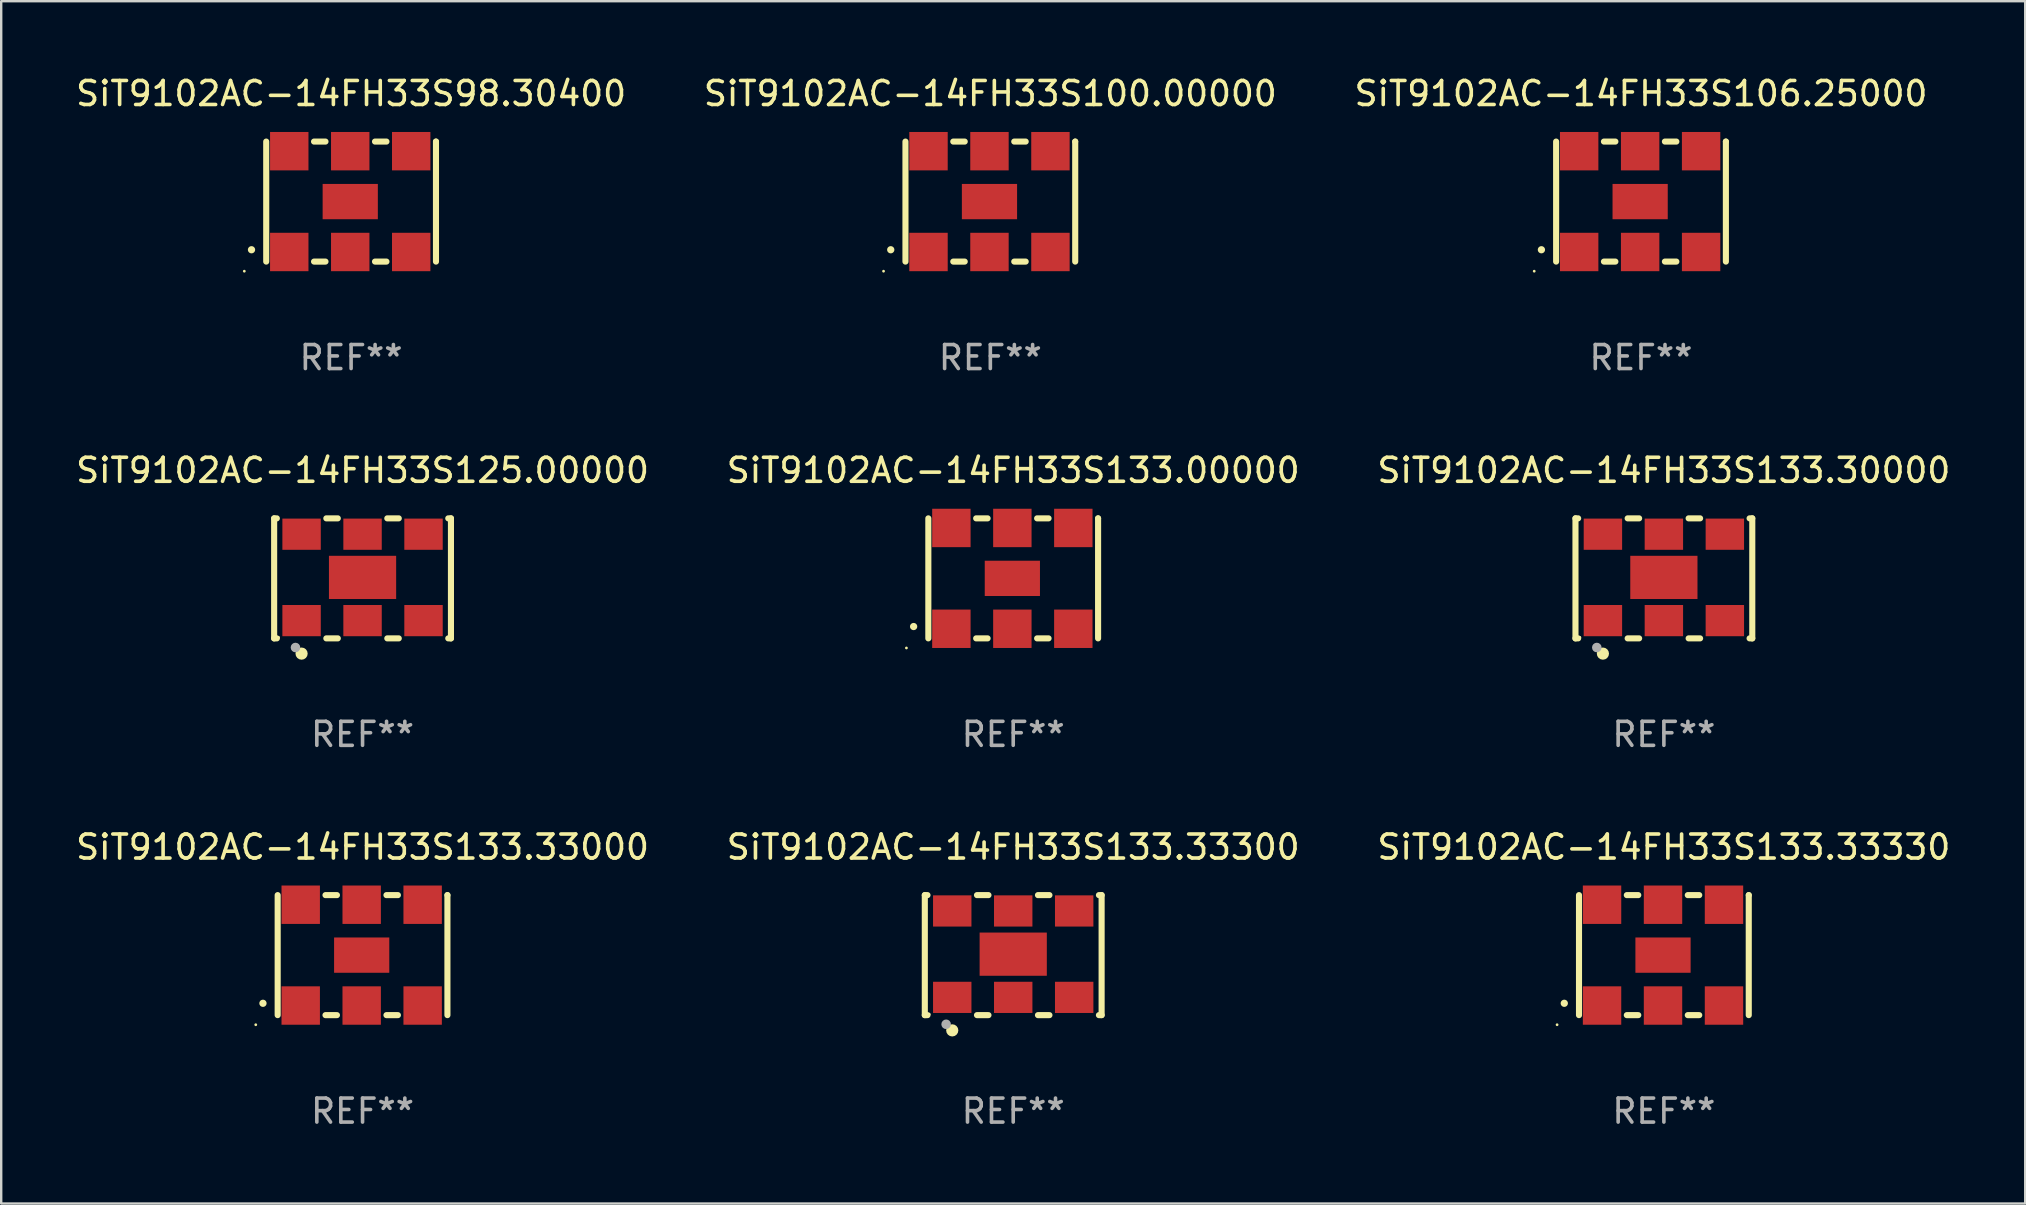
<source format=kicad_pcb>
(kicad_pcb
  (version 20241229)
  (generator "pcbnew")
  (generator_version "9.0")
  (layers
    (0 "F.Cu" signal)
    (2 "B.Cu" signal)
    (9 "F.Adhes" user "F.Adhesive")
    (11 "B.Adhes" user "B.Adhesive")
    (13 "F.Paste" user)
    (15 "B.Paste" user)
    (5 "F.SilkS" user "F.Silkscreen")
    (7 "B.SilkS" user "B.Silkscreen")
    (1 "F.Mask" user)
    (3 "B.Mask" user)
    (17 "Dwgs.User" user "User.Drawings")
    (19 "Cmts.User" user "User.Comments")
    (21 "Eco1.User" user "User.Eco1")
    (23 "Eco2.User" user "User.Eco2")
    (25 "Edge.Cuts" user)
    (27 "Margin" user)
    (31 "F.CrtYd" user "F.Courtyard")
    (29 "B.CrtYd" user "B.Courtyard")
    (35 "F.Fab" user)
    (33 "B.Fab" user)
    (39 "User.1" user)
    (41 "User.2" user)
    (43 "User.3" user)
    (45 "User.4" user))
  (footprint "SiT9102AC-14FH33S133.33300"
    (layer "F.Cu")
    (at 39.161 36.741)
    (property "Reference" "SiT9102AC-14FH33S133.33300" (at 0 -4.5 0) (layer "F.SilkS") (effects (font (size 1 1) (thickness 0.15))))
    (attr through_hole)
    (fp_line (start -3.683 -2.5) (end -3.571 -2.5) (stroke (width 0.254) (type solid)) (layer "F.SilkS"))
    (fp_line (start -3.683 2.5) (end -3.683 -2.5) (stroke (width 0.254) (type solid)) (layer "F.SilkS"))
    (fp_line (start -3.683 2.5) (end -3.571 2.5) (stroke (width 0.254) (type solid)) (layer "F.SilkS"))
    (fp_line (start -1.509 -2.5) (end -1.031 -2.5) (stroke (width 0.254) (type solid)) (layer "F.SilkS"))
    (fp_line (start -1.509 2.5) (end -1.031 2.5) (stroke (width 0.254) (type solid)) (layer "F.SilkS"))
    (fp_line (start 1.031 -2.5) (end 1.509 -2.5) (stroke (width 0.254) (type solid)) (layer "F.SilkS"))
    (fp_line (start 1.031 2.5) (end 1.509 2.5) (stroke (width 0.254) (type solid)) (layer "F.SilkS"))
    (fp_line (start 3.571 -2.5) (end 3.683 -2.5) (stroke (width 0.254) (type solid)) (layer "F.SilkS"))
    (fp_line (start 3.571 2.5) (end 3.683 2.5) (stroke (width 0.254) (type solid)) (layer "F.SilkS"))
    (fp_line (start 3.683 2.5) (end 3.683 -2.5) (stroke (width 0.254) (type solid)) (layer "F.SilkS"))
    (fp_circle (center -3.5 2.46) (end -3.47 2.46) (stroke (width 0.06) (type solid)) (fill no) (layer "F.SilkS"))
    (fp_circle (center -2.54 3.135) (end -2.413 3.135) (stroke (width 0.254) (type solid)) (fill no) (layer "F.SilkS"))
    (fp_circle (center -2.794 2.881) (end -2.694 2.881) (stroke (width 0.2) (type solid)) (fill no) (layer "F.Fab"))
    (fp_text user "REF**" (at 0 6.5 0) (layer "F.Fab") (effects (font (size 1 1) (thickness 0.15))))
    (pad "1" smd rect (at -2.54 1.76) (size 1.6 1.3) (layers "F.Cu" "F.Mask" "F.Paste"))
    (pad "2" smd rect (at 0 1.76) (size 1.6 1.3) (layers "F.Cu" "F.Mask" "F.Paste"))
    (pad "3" smd rect (at 2.54 1.76) (size 1.6 1.3) (layers "F.Cu" "F.Mask" "F.Paste"))
    (pad "4" smd rect (at 2.54 -1.84) (size 1.6 1.3) (layers "F.Cu" "F.Mask" "F.Paste"))
    (pad "5" smd rect (at 0 -1.84) (size 1.6 1.3) (layers "F.Cu" "F.Mask" "F.Paste"))
    (pad "6" smd rect (at -2.54 -1.84) (size 1.6 1.3) (layers "F.Cu" "F.Mask" "F.Paste"))
    (pad "7" smd rect (at 0 -0.04) (size 2.8 1.8) (layers "F.Cu" "F.Mask" "F.Paste")))
  (footprint "SiT9102AC-14FH33S100.00000"
    (layer "F.Cu")
    (at 38.208 5.348)
    (property "Reference" "SiT9102AC-14FH33S100.00000" (at 0 -4.5 0) (layer "F.SilkS") (effects (font (size 1 1) (thickness 0.15))))
    (attr through_hole)
    (fp_line (start -3.536 -2.5) (end -3.536 2.5) (stroke (width 0.254) (type solid)) (layer "F.SilkS"))
    (fp_line (start -1.544 2.5) (end -1.067 2.5) (stroke (width 0.254) (type solid)) (layer "F.SilkS"))
    (fp_line (start -1.067 -2.5) (end -1.544 -2.5) (stroke (width 0.254) (type solid)) (layer "F.SilkS"))
    (fp_line (start 0.996 2.5) (end 1.473 2.5) (stroke (width 0.254) (type solid)) (layer "F.SilkS"))
    (fp_line (start 1.473 -2.5) (end 0.996 -2.5) (stroke (width 0.254) (type solid)) (layer "F.SilkS"))
    (fp_line (start 3.536 -2.5) (end 3.536 -2.5) (stroke (width 0.254) (type solid)) (layer "F.SilkS"))
    (fp_line (start 3.536 2.5) (end 3.536 -2.5) (stroke (width 0.254) (type solid)) (layer "F.SilkS"))
    (fp_arc (start -4.150432 2.006604) (mid -4.149162 2.006599) (end -4.147892 2.006604) (stroke (width 0.3) (type solid)) (layer "F.SilkS"))
    (fp_circle (center -4.449 2.9) (end -4.419 2.9) (stroke (width 0.06) (type solid)) (fill no) (layer "F.SilkS"))
    (fp_text user "REF**" (at 0 6.5 0) (layer "F.Fab") (effects (font (size 1 1) (thickness 0.15))))
    (pad "1" smd rect (at -2.576 2.1) (size 1.6 1.6) (layers "F.Cu" "F.Mask" "F.Paste"))
    (pad "2" smd rect (at -0.036 2.1) (size 1.6 1.6) (layers "F.Cu" "F.Mask" "F.Paste"))
    (pad "3" smd rect (at 2.504 2.1) (size 1.6 1.6) (layers "F.Cu" "F.Mask" "F.Paste"))
    (pad "4" smd rect (at 2.504 -2.1) (size 1.6 1.6) (layers "F.Cu" "F.Mask" "F.Paste"))
    (pad "5" smd rect (at -0.036 -2.1) (size 1.6 1.6) (layers "F.Cu" "F.Mask" "F.Paste"))
    (pad "6" smd rect (at -2.576 -2.1) (size 1.6 1.6) (layers "F.Cu" "F.Mask" "F.Paste"))
    (pad "7" smd rect (at -0.036 0) (size 2.3 1.47) (layers "F.Cu" "F.Mask" "F.Paste")))
  (footprint "SiT9102AC-14FH33S98.30400"
    (layer "F.Cu")
    (at 11.577 5.348)
    (property "Reference" "SiT9102AC-14FH33S98.30400" (at 0 -4.5 0) (layer "F.SilkS") (effects (font (size 1 1) (thickness 0.15))))
    (attr through_hole)
    (fp_line (start -3.536 -2.5) (end -3.536 2.5) (stroke (width 0.254) (type solid)) (layer "F.SilkS"))
    (fp_line (start -1.544 2.5) (end -1.067 2.5) (stroke (width 0.254) (type solid)) (layer "F.SilkS"))
    (fp_line (start -1.067 -2.5) (end -1.544 -2.5) (stroke (width 0.254) (type solid)) (layer "F.SilkS"))
    (fp_line (start 0.996 2.5) (end 1.473 2.5) (stroke (width 0.254) (type solid)) (layer "F.SilkS"))
    (fp_line (start 1.473 -2.5) (end 0.996 -2.5) (stroke (width 0.254) (type solid)) (layer "F.SilkS"))
    (fp_line (start 3.536 -2.5) (end 3.536 -2.5) (stroke (width 0.254) (type solid)) (layer "F.SilkS"))
    (fp_line (start 3.536 2.5) (end 3.536 -2.5) (stroke (width 0.254) (type solid)) (layer "F.SilkS"))
    (fp_arc (start -4.150432 2.006604) (mid -4.149162 2.006599) (end -4.147892 2.006604) (stroke (width 0.3) (type solid)) (layer "F.SilkS"))
    (fp_circle (center -4.449 2.9) (end -4.419 2.9) (stroke (width 0.06) (type solid)) (fill no) (layer "F.SilkS"))
    (fp_text user "REF**" (at 0 6.5 0) (layer "F.Fab") (effects (font (size 1 1) (thickness 0.15))))
    (pad "1" smd rect (at -2.576 2.1) (size 1.6 1.6) (layers "F.Cu" "F.Mask" "F.Paste"))
    (pad "2" smd rect (at -0.036 2.1) (size 1.6 1.6) (layers "F.Cu" "F.Mask" "F.Paste"))
    (pad "3" smd rect (at 2.504 2.1) (size 1.6 1.6) (layers "F.Cu" "F.Mask" "F.Paste"))
    (pad "4" smd rect (at 2.504 -2.1) (size 1.6 1.6) (layers "F.Cu" "F.Mask" "F.Paste"))
    (pad "5" smd rect (at -0.036 -2.1) (size 1.6 1.6) (layers "F.Cu" "F.Mask" "F.Paste"))
    (pad "6" smd rect (at -2.576 -2.1) (size 1.6 1.6) (layers "F.Cu" "F.Mask" "F.Paste"))
    (pad "7" smd rect (at -0.036 0) (size 2.3 1.47) (layers "F.Cu" "F.Mask" "F.Paste")))
  (footprint "SiT9102AC-14FH33S106.25000"
    (layer "F.Cu")
    (at 65.315 5.348)
    (property "Reference" "SiT9102AC-14FH33S106.25000" (at 0 -4.5 0) (layer "F.SilkS") (effects (font (size 1 1) (thickness 0.15))))
    (attr through_hole)
    (fp_line (start -3.536 -2.5) (end -3.536 2.5) (stroke (width 0.254) (type solid)) (layer "F.SilkS"))
    (fp_line (start -1.544 2.5) (end -1.067 2.5) (stroke (width 0.254) (type solid)) (layer "F.SilkS"))
    (fp_line (start -1.067 -2.5) (end -1.544 -2.5) (stroke (width 0.254) (type solid)) (layer "F.SilkS"))
    (fp_line (start 0.996 2.5) (end 1.473 2.5) (stroke (width 0.254) (type solid)) (layer "F.SilkS"))
    (fp_line (start 1.473 -2.5) (end 0.996 -2.5) (stroke (width 0.254) (type solid)) (layer "F.SilkS"))
    (fp_line (start 3.536 -2.5) (end 3.536 -2.5) (stroke (width 0.254) (type solid)) (layer "F.SilkS"))
    (fp_line (start 3.536 2.5) (end 3.536 -2.5) (stroke (width 0.254) (type solid)) (layer "F.SilkS"))
    (fp_arc (start -4.150432 2.006604) (mid -4.149162 2.006599) (end -4.147892 2.006604) (stroke (width 0.3) (type solid)) (layer "F.SilkS"))
    (fp_circle (center -4.449 2.9) (end -4.419 2.9) (stroke (width 0.06) (type solid)) (fill no) (layer "F.SilkS"))
    (fp_text user "REF**" (at 0 6.5 0) (layer "F.Fab") (effects (font (size 1 1) (thickness 0.15))))
    (pad "1" smd rect (at -2.576 2.1) (size 1.6 1.6) (layers "F.Cu" "F.Mask" "F.Paste"))
    (pad "2" smd rect (at -0.036 2.1) (size 1.6 1.6) (layers "F.Cu" "F.Mask" "F.Paste"))
    (pad "3" smd rect (at 2.504 2.1) (size 1.6 1.6) (layers "F.Cu" "F.Mask" "F.Paste"))
    (pad "4" smd rect (at 2.504 -2.1) (size 1.6 1.6) (layers "F.Cu" "F.Mask" "F.Paste"))
    (pad "5" smd rect (at -0.036 -2.1) (size 1.6 1.6) (layers "F.Cu" "F.Mask" "F.Paste"))
    (pad "6" smd rect (at -2.576 -2.1) (size 1.6 1.6) (layers "F.Cu" "F.Mask" "F.Paste"))
    (pad "7" smd rect (at -0.036 0) (size 2.3 1.47) (layers "F.Cu" "F.Mask" "F.Paste")))
  (footprint "SiT9102AC-14FH33S125.00000"
    (layer "F.Cu")
    (at 12.054 21.045)
    (property "Reference" "SiT9102AC-14FH33S125.00000" (at 0 -4.5 0) (layer "F.SilkS") (effects (font (size 1 1) (thickness 0.15))))
    (attr through_hole)
    (fp_line (start -3.683 -2.5) (end -3.571 -2.5) (stroke (width 0.254) (type solid)) (layer "F.SilkS"))
    (fp_line (start -3.683 2.5) (end -3.683 -2.5) (stroke (width 0.254) (type solid)) (layer "F.SilkS"))
    (fp_line (start -3.683 2.5) (end -3.571 2.5) (stroke (width 0.254) (type solid)) (layer "F.SilkS"))
    (fp_line (start -1.509 -2.5) (end -1.031 -2.5) (stroke (width 0.254) (type solid)) (layer "F.SilkS"))
    (fp_line (start -1.509 2.5) (end -1.031 2.5) (stroke (width 0.254) (type solid)) (layer "F.SilkS"))
    (fp_line (start 1.031 -2.5) (end 1.509 -2.5) (stroke (width 0.254) (type solid)) (layer "F.SilkS"))
    (fp_line (start 1.031 2.5) (end 1.509 2.5) (stroke (width 0.254) (type solid)) (layer "F.SilkS"))
    (fp_line (start 3.571 -2.5) (end 3.683 -2.5) (stroke (width 0.254) (type solid)) (layer "F.SilkS"))
    (fp_line (start 3.571 2.5) (end 3.683 2.5) (stroke (width 0.254) (type solid)) (layer "F.SilkS"))
    (fp_line (start 3.683 2.5) (end 3.683 -2.5) (stroke (width 0.254) (type solid)) (layer "F.SilkS"))
    (fp_circle (center -3.5 2.46) (end -3.47 2.46) (stroke (width 0.06) (type solid)) (fill no) (layer "F.SilkS"))
    (fp_circle (center -2.54 3.135) (end -2.413 3.135) (stroke (width 0.254) (type solid)) (fill no) (layer "F.SilkS"))
    (fp_circle (center -2.794 2.881) (end -2.694 2.881) (stroke (width 0.2) (type solid)) (fill no) (layer "F.Fab"))
    (fp_text user "REF**" (at 0 6.5 0) (layer "F.Fab") (effects (font (size 1 1) (thickness 0.15))))
    (pad "1" smd rect (at -2.54 1.76) (size 1.6 1.3) (layers "F.Cu" "F.Mask" "F.Paste"))
    (pad "2" smd rect (at 0 1.76) (size 1.6 1.3) (layers "F.Cu" "F.Mask" "F.Paste"))
    (pad "3" smd rect (at 2.54 1.76) (size 1.6 1.3) (layers "F.Cu" "F.Mask" "F.Paste"))
    (pad "4" smd rect (at 2.54 -1.84) (size 1.6 1.3) (layers "F.Cu" "F.Mask" "F.Paste"))
    (pad "5" smd rect (at 0 -1.84) (size 1.6 1.3) (layers "F.Cu" "F.Mask" "F.Paste"))
    (pad "6" smd rect (at -2.54 -1.84) (size 1.6 1.3) (layers "F.Cu" "F.Mask" "F.Paste"))
    (pad "7" smd rect (at 0 -0.04) (size 2.8 1.8) (layers "F.Cu" "F.Mask" "F.Paste")))
  (footprint "SiT9102AC-14FH33S133.30000"
    (layer "F.Cu")
    (at 66.268 21.045)
    (property "Reference" "SiT9102AC-14FH33S133.30000" (at 0 -4.5 0) (layer "F.SilkS") (effects (font (size 1 1) (thickness 0.15))))
    (attr through_hole)
    (fp_line (start -3.683 -2.5) (end -3.571 -2.5) (stroke (width 0.254) (type solid)) (layer "F.SilkS"))
    (fp_line (start -3.683 2.5) (end -3.683 -2.5) (stroke (width 0.254) (type solid)) (layer "F.SilkS"))
    (fp_line (start -3.683 2.5) (end -3.571 2.5) (stroke (width 0.254) (type solid)) (layer "F.SilkS"))
    (fp_line (start -1.509 -2.5) (end -1.031 -2.5) (stroke (width 0.254) (type solid)) (layer "F.SilkS"))
    (fp_line (start -1.509 2.5) (end -1.031 2.5) (stroke (width 0.254) (type solid)) (layer "F.SilkS"))
    (fp_line (start 1.031 -2.5) (end 1.509 -2.5) (stroke (width 0.254) (type solid)) (layer "F.SilkS"))
    (fp_line (start 1.031 2.5) (end 1.509 2.5) (stroke (width 0.254) (type solid)) (layer "F.SilkS"))
    (fp_line (start 3.571 -2.5) (end 3.683 -2.5) (stroke (width 0.254) (type solid)) (layer "F.SilkS"))
    (fp_line (start 3.571 2.5) (end 3.683 2.5) (stroke (width 0.254) (type solid)) (layer "F.SilkS"))
    (fp_line (start 3.683 2.5) (end 3.683 -2.5) (stroke (width 0.254) (type solid)) (layer "F.SilkS"))
    (fp_circle (center -3.5 2.46) (end -3.47 2.46) (stroke (width 0.06) (type solid)) (fill no) (layer "F.SilkS"))
    (fp_circle (center -2.54 3.135) (end -2.413 3.135) (stroke (width 0.254) (type solid)) (fill no) (layer "F.SilkS"))
    (fp_circle (center -2.794 2.881) (end -2.694 2.881) (stroke (width 0.2) (type solid)) (fill no) (layer "F.Fab"))
    (fp_text user "REF**" (at 0 6.5 0) (layer "F.Fab") (effects (font (size 1 1) (thickness 0.15))))
    (pad "1" smd rect (at -2.54 1.76) (size 1.6 1.3) (layers "F.Cu" "F.Mask" "F.Paste"))
    (pad "2" smd rect (at 0 1.76) (size 1.6 1.3) (layers "F.Cu" "F.Mask" "F.Paste"))
    (pad "3" smd rect (at 2.54 1.76) (size 1.6 1.3) (layers "F.Cu" "F.Mask" "F.Paste"))
    (pad "4" smd rect (at 2.54 -1.84) (size 1.6 1.3) (layers "F.Cu" "F.Mask" "F.Paste"))
    (pad "5" smd rect (at 0 -1.84) (size 1.6 1.3) (layers "F.Cu" "F.Mask" "F.Paste"))
    (pad "6" smd rect (at -2.54 -1.84) (size 1.6 1.3) (layers "F.Cu" "F.Mask" "F.Paste"))
    (pad "7" smd rect (at 0 -0.04) (size 2.8 1.8) (layers "F.Cu" "F.Mask" "F.Paste")))
  (footprint "SiT9102AC-14FH33S133.33330"
    (layer "F.Cu")
    (at 66.268 36.741)
    (property "Reference" "SiT9102AC-14FH33S133.33330" (at 0 -4.5 0) (layer "F.SilkS") (effects (font (size 1 1) (thickness 0.15))))
    (attr through_hole)
    (fp_line (start -3.536 -2.5) (end -3.536 2.5) (stroke (width 0.254) (type solid)) (layer "F.SilkS"))
    (fp_line (start -1.544 2.5) (end -1.067 2.5) (stroke (width 0.254) (type solid)) (layer "F.SilkS"))
    (fp_line (start -1.067 -2.5) (end -1.544 -2.5) (stroke (width 0.254) (type solid)) (layer "F.SilkS"))
    (fp_line (start 0.996 2.5) (end 1.473 2.5) (stroke (width 0.254) (type solid)) (layer "F.SilkS"))
    (fp_line (start 1.473 -2.5) (end 0.996 -2.5) (stroke (width 0.254) (type solid)) (layer "F.SilkS"))
    (fp_line (start 3.536 -2.5) (end 3.536 -2.5) (stroke (width 0.254) (type solid)) (layer "F.SilkS"))
    (fp_line (start 3.536 2.5) (end 3.536 -2.5) (stroke (width 0.254) (type solid)) (layer "F.SilkS"))
    (fp_arc (start -4.150432 2.006604) (mid -4.149162 2.006599) (end -4.147892 2.006604) (stroke (width 0.3) (type solid)) (layer "F.SilkS"))
    (fp_circle (center -4.449 2.9) (end -4.419 2.9) (stroke (width 0.06) (type solid)) (fill no) (layer "F.SilkS"))
    (fp_text user "REF**" (at 0 6.5 0) (layer "F.Fab") (effects (font (size 1 1) (thickness 0.15))))
    (pad "1" smd rect (at -2.576 2.1) (size 1.6 1.6) (layers "F.Cu" "F.Mask" "F.Paste"))
    (pad "2" smd rect (at -0.036 2.1) (size 1.6 1.6) (layers "F.Cu" "F.Mask" "F.Paste"))
    (pad "3" smd rect (at 2.504 2.1) (size 1.6 1.6) (layers "F.Cu" "F.Mask" "F.Paste"))
    (pad "4" smd rect (at 2.504 -2.1) (size 1.6 1.6) (layers "F.Cu" "F.Mask" "F.Paste"))
    (pad "5" smd rect (at -0.036 -2.1) (size 1.6 1.6) (layers "F.Cu" "F.Mask" "F.Paste"))
    (pad "6" smd rect (at -2.576 -2.1) (size 1.6 1.6) (layers "F.Cu" "F.Mask" "F.Paste"))
    (pad "7" smd rect (at -0.036 0) (size 2.3 1.47) (layers "F.Cu" "F.Mask" "F.Paste")))
  (footprint "SiT9102AC-14FH33S133.00000"
    (layer "F.Cu")
    (at 39.161 21.045)
    (property "Reference" "SiT9102AC-14FH33S133.00000" (at 0 -4.5 0) (layer "F.SilkS") (effects (font (size 1 1) (thickness 0.15))))
    (attr through_hole)
    (fp_line (start -3.536 -2.5) (end -3.536 2.5) (stroke (width 0.254) (type solid)) (layer "F.SilkS"))
    (fp_line (start -1.544 2.5) (end -1.067 2.5) (stroke (width 0.254) (type solid)) (layer "F.SilkS"))
    (fp_line (start -1.067 -2.5) (end -1.544 -2.5) (stroke (width 0.254) (type solid)) (layer "F.SilkS"))
    (fp_line (start 0.996 2.5) (end 1.473 2.5) (stroke (width 0.254) (type solid)) (layer "F.SilkS"))
    (fp_line (start 1.473 -2.5) (end 0.996 -2.5) (stroke (width 0.254) (type solid)) (layer "F.SilkS"))
    (fp_line (start 3.536 -2.5) (end 3.536 -2.5) (stroke (width 0.254) (type solid)) (layer "F.SilkS"))
    (fp_line (start 3.536 2.5) (end 3.536 -2.5) (stroke (width 0.254) (type solid)) (layer "F.SilkS"))
    (fp_arc (start -4.150432 2.006604) (mid -4.149162 2.006599) (end -4.147892 2.006604) (stroke (width 0.3) (type solid)) (layer "F.SilkS"))
    (fp_circle (center -4.449 2.9) (end -4.419 2.9) (stroke (width 0.06) (type solid)) (fill no) (layer "F.SilkS"))
    (fp_text user "REF**" (at 0 6.5 0) (layer "F.Fab") (effects (font (size 1 1) (thickness 0.15))))
    (pad "1" smd rect (at -2.576 2.1) (size 1.6 1.6) (layers "F.Cu" "F.Mask" "F.Paste"))
    (pad "2" smd rect (at -0.036 2.1) (size 1.6 1.6) (layers "F.Cu" "F.Mask" "F.Paste"))
    (pad "3" smd rect (at 2.504 2.1) (size 1.6 1.6) (layers "F.Cu" "F.Mask" "F.Paste"))
    (pad "4" smd rect (at 2.504 -2.1) (size 1.6 1.6) (layers "F.Cu" "F.Mask" "F.Paste"))
    (pad "5" smd rect (at -0.036 -2.1) (size 1.6 1.6) (layers "F.Cu" "F.Mask" "F.Paste"))
    (pad "6" smd rect (at -2.576 -2.1) (size 1.6 1.6) (layers "F.Cu" "F.Mask" "F.Paste"))
    (pad "7" smd rect (at -0.036 0) (size 2.3 1.47) (layers "F.Cu" "F.Mask" "F.Paste")))
  (footprint "SiT9102AC-14FH33S133.33000"
    (layer "F.Cu")
    (at 12.054 36.741)
    (property "Reference" "SiT9102AC-14FH33S133.33000" (at 0 -4.5 0) (layer "F.SilkS") (effects (font (size 1 1) (thickness 0.15))))
    (attr through_hole)
    (fp_line (start -3.536 -2.5) (end -3.536 2.5) (stroke (width 0.254) (type solid)) (layer "F.SilkS"))
    (fp_line (start -1.544 2.5) (end -1.067 2.5) (stroke (width 0.254) (type solid)) (layer "F.SilkS"))
    (fp_line (start -1.067 -2.5) (end -1.544 -2.5) (stroke (width 0.254) (type solid)) (layer "F.SilkS"))
    (fp_line (start 0.996 2.5) (end 1.473 2.5) (stroke (width 0.254) (type solid)) (layer "F.SilkS"))
    (fp_line (start 1.473 -2.5) (end 0.996 -2.5) (stroke (width 0.254) (type solid)) (layer "F.SilkS"))
    (fp_line (start 3.536 -2.5) (end 3.536 -2.5) (stroke (width 0.254) (type solid)) (layer "F.SilkS"))
    (fp_line (start 3.536 2.5) (end 3.536 -2.5) (stroke (width 0.254) (type solid)) (layer "F.SilkS"))
    (fp_arc (start -4.150432 2.006604) (mid -4.149162 2.006599) (end -4.147892 2.006604) (stroke (width 0.3) (type solid)) (layer "F.SilkS"))
    (fp_circle (center -4.449 2.9) (end -4.419 2.9) (stroke (width 0.06) (type solid)) (fill no) (layer "F.SilkS"))
    (fp_text user "REF**" (at 0 6.5 0) (layer "F.Fab") (effects (font (size 1 1) (thickness 0.15))))
    (pad "1" smd rect (at -2.576 2.1) (size 1.6 1.6) (layers "F.Cu" "F.Mask" "F.Paste"))
    (pad "2" smd rect (at -0.036 2.1) (size 1.6 1.6) (layers "F.Cu" "F.Mask" "F.Paste"))
    (pad "3" smd rect (at 2.504 2.1) (size 1.6 1.6) (layers "F.Cu" "F.Mask" "F.Paste"))
    (pad "4" smd rect (at 2.504 -2.1) (size 1.6 1.6) (layers "F.Cu" "F.Mask" "F.Paste"))
    (pad "5" smd rect (at -0.036 -2.1) (size 1.6 1.6) (layers "F.Cu" "F.Mask" "F.Paste"))
    (pad "6" smd rect (at -2.576 -2.1) (size 1.6 1.6) (layers "F.Cu" "F.Mask" "F.Paste"))
    (pad "7" smd rect (at -0.036 0) (size 2.3 1.47) (layers "F.Cu" "F.Mask" "F.Paste")))
  (gr_rect
    (start -3 -3)
    (end 81.321 47.09)
    (stroke (width 0.1) (type default))
    (fill no)
    (layer "Edge.Cuts")))
</source>
